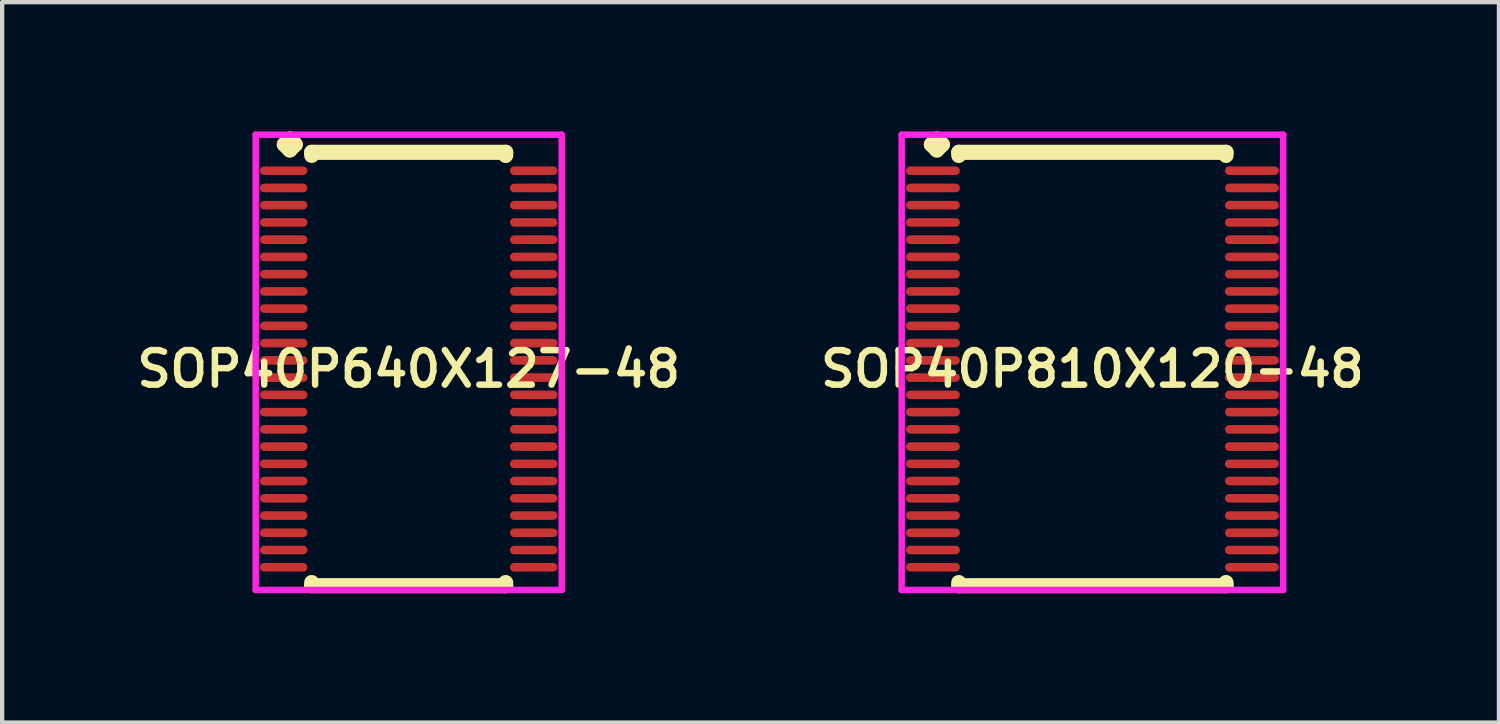
<source format=kicad_pcb>
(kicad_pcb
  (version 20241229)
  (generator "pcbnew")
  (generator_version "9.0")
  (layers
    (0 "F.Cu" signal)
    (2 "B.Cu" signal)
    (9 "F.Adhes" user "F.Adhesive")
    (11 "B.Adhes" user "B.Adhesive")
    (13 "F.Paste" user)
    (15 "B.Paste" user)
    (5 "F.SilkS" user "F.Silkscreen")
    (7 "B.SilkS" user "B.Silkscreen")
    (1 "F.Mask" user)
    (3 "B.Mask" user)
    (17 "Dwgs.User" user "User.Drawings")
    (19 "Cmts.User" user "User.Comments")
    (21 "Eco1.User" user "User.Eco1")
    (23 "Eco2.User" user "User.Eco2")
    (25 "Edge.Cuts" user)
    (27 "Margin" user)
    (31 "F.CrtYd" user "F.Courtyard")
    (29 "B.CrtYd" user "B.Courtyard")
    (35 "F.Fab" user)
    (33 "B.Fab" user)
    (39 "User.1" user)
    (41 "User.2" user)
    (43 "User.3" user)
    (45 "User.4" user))
  (footprint "SOP40P640X127-48"
    (layer "F.Cu")
    (at 6.431 5.51)
    (property "Reference" "SOP40P640X127-48" (at 0 0 0) (layer "F.SilkS") (effects (font (size 0.8 0.8) (thickness 0.15))))
    (attr smd)
    (fp_line (start -2.885 -5.208) (end -2.758 -5.335) (stroke (width 0.35) (type solid)) (layer "F.SilkS"))
    (fp_line (start -2.758 -5.335) (end -2.631 -5.208) (stroke (width 0.35) (type solid)) (layer "F.SilkS"))
    (fp_line (start -2.758 -5.081) (end -2.885 -5.208) (stroke (width 0.35) (type solid)) (layer "F.SilkS"))
    (fp_line (start -2.631 -5.208) (end -2.758 -5.081) (stroke (width 0.35) (type solid)) (layer "F.SilkS"))
    (fp_line (start -2.25 -5.027) (end 2.25 -5.027) (stroke (width 0.35) (type solid)) (layer "F.SilkS"))
    (fp_line (start -2.25 -4.954) (end -2.25 -5.027) (stroke (width 0.35) (type solid)) (layer "F.SilkS"))
    (fp_line (start -2.25 4.954) (end -2.25 5.027) (stroke (width 0.35) (type solid)) (layer "F.SilkS"))
    (fp_line (start -2.25 5.027) (end 2.25 5.027) (stroke (width 0.35) (type solid)) (layer "F.SilkS"))
    (fp_line (start 2.25 -5.027) (end 2.25 -4.954) (stroke (width 0.35) (type solid)) (layer "F.SilkS"))
    (fp_line (start 2.25 5.027) (end 2.25 4.954) (stroke (width 0.35) (type solid)) (layer "F.SilkS"))
    (fp_line (start -3.55 -5.435) (end 3.55 -5.435) (stroke (width 0.15) (type solid)) (layer "F.CrtYd"))
    (fp_line (start -3.55 5.127) (end -3.55 -5.435) (stroke (width 0.15) (type solid)) (layer "F.CrtYd"))
    (fp_line (start 3.55 -5.435) (end 3.55 5.127) (stroke (width 0.15) (type solid)) (layer "F.CrtYd"))
    (fp_line (start 3.55 5.127) (end -3.55 5.127) (stroke (width 0.15) (type solid)) (layer "F.CrtYd"))
    (pad "1" smd oval (at -2.9 -4.6) (size 1.1 0.2) (layers "F.Cu" "F.Mask" "F.Paste"))
    (pad "2" smd oval (at -2.9 -4.2) (size 1.1 0.2) (layers "F.Cu" "F.Mask" "F.Paste"))
    (pad "3" smd oval (at -2.9 -3.8) (size 1.1 0.2) (layers "F.Cu" "F.Mask" "F.Paste"))
    (pad "4" smd oval (at -2.9 -3.4) (size 1.1 0.2) (layers "F.Cu" "F.Mask" "F.Paste"))
    (pad "5" smd oval (at -2.9 -3) (size 1.1 0.2) (layers "F.Cu" "F.Mask" "F.Paste"))
    (pad "6" smd oval (at -2.9 -2.6) (size 1.1 0.2) (layers "F.Cu" "F.Mask" "F.Paste"))
    (pad "7" smd oval (at -2.9 -2.2) (size 1.1 0.2) (layers "F.Cu" "F.Mask" "F.Paste"))
    (pad "8" smd oval (at -2.9 -1.8) (size 1.1 0.2) (layers "F.Cu" "F.Mask" "F.Paste"))
    (pad "9" smd oval (at -2.9 -1.4) (size 1.1 0.2) (layers "F.Cu" "F.Mask" "F.Paste"))
    (pad "10" smd oval (at -2.9 -1) (size 1.1 0.2) (layers "F.Cu" "F.Mask" "F.Paste"))
    (pad "11" smd oval (at -2.9 -0.6) (size 1.1 0.2) (layers "F.Cu" "F.Mask" "F.Paste"))
    (pad "12" smd oval (at -2.9 -0.2) (size 1.1 0.2) (layers "F.Cu" "F.Mask" "F.Paste"))
    (pad "13" smd oval (at -2.9 0.2) (size 1.1 0.2) (layers "F.Cu" "F.Mask" "F.Paste"))
    (pad "14" smd oval (at -2.9 0.6) (size 1.1 0.2) (layers "F.Cu" "F.Mask" "F.Paste"))
    (pad "15" smd oval (at -2.9 1) (size 1.1 0.2) (layers "F.Cu" "F.Mask" "F.Paste"))
    (pad "16" smd oval (at -2.9 1.4) (size 1.1 0.2) (layers "F.Cu" "F.Mask" "F.Paste"))
    (pad "17" smd oval (at -2.9 1.8) (size 1.1 0.2) (layers "F.Cu" "F.Mask" "F.Paste"))
    (pad "18" smd oval (at -2.9 2.2) (size 1.1 0.2) (layers "F.Cu" "F.Mask" "F.Paste"))
    (pad "19" smd oval (at -2.9 2.6) (size 1.1 0.2) (layers "F.Cu" "F.Mask" "F.Paste"))
    (pad "20" smd oval (at -2.9 3) (size 1.1 0.2) (layers "F.Cu" "F.Mask" "F.Paste"))
    (pad "21" smd oval (at -2.9 3.4) (size 1.1 0.2) (layers "F.Cu" "F.Mask" "F.Paste"))
    (pad "22" smd oval (at -2.9 3.8) (size 1.1 0.2) (layers "F.Cu" "F.Mask" "F.Paste"))
    (pad "23" smd oval (at -2.9 4.2) (size 1.1 0.2) (layers "F.Cu" "F.Mask" "F.Paste"))
    (pad "24" smd oval (at -2.9 4.6) (size 1.1 0.2) (layers "F.Cu" "F.Mask" "F.Paste"))
    (pad "25" smd oval (at 2.9 4.6) (size 1.1 0.2) (layers "F.Cu" "F.Mask" "F.Paste"))
    (pad "26" smd oval (at 2.9 4.2) (size 1.1 0.2) (layers "F.Cu" "F.Mask" "F.Paste"))
    (pad "27" smd oval (at 2.9 3.8) (size 1.1 0.2) (layers "F.Cu" "F.Mask" "F.Paste"))
    (pad "28" smd oval (at 2.9 3.4) (size 1.1 0.2) (layers "F.Cu" "F.Mask" "F.Paste"))
    (pad "29" smd oval (at 2.9 3) (size 1.1 0.2) (layers "F.Cu" "F.Mask" "F.Paste"))
    (pad "30" smd oval (at 2.9 2.6) (size 1.1 0.2) (layers "F.Cu" "F.Mask" "F.Paste"))
    (pad "31" smd oval (at 2.9 2.2) (size 1.1 0.2) (layers "F.Cu" "F.Mask" "F.Paste"))
    (pad "32" smd oval (at 2.9 1.8) (size 1.1 0.2) (layers "F.Cu" "F.Mask" "F.Paste"))
    (pad "33" smd oval (at 2.9 1.4) (size 1.1 0.2) (layers "F.Cu" "F.Mask" "F.Paste"))
    (pad "34" smd oval (at 2.9 1) (size 1.1 0.2) (layers "F.Cu" "F.Mask" "F.Paste"))
    (pad "35" smd oval (at 2.9 0.6) (size 1.1 0.2) (layers "F.Cu" "F.Mask" "F.Paste"))
    (pad "36" smd oval (at 2.9 0.2) (size 1.1 0.2) (layers "F.Cu" "F.Mask" "F.Paste"))
    (pad "37" smd oval (at 2.9 -0.2) (size 1.1 0.2) (layers "F.Cu" "F.Mask" "F.Paste"))
    (pad "38" smd oval (at 2.9 -0.6) (size 1.1 0.2) (layers "F.Cu" "F.Mask" "F.Paste"))
    (pad "39" smd oval (at 2.9 -1) (size 1.1 0.2) (layers "F.Cu" "F.Mask" "F.Paste"))
    (pad "40" smd oval (at 2.9 -1.4) (size 1.1 0.2) (layers "F.Cu" "F.Mask" "F.Paste"))
    (pad "41" smd oval (at 2.9 -1.8) (size 1.1 0.2) (layers "F.Cu" "F.Mask" "F.Paste"))
    (pad "42" smd oval (at 2.9 -2.2) (size 1.1 0.2) (layers "F.Cu" "F.Mask" "F.Paste"))
    (pad "43" smd oval (at 2.9 -2.6) (size 1.1 0.2) (layers "F.Cu" "F.Mask" "F.Paste"))
    (pad "44" smd oval (at 2.9 -3) (size 1.1 0.2) (layers "F.Cu" "F.Mask" "F.Paste"))
    (pad "45" smd oval (at 2.9 -3.4) (size 1.1 0.2) (layers "F.Cu" "F.Mask" "F.Paste"))
    (pad "46" smd oval (at 2.9 -3.8) (size 1.1 0.2) (layers "F.Cu" "F.Mask" "F.Paste"))
    (pad "47" smd oval (at 2.9 -4.2) (size 1.1 0.2) (layers "F.Cu" "F.Mask" "F.Paste"))
    (pad "48" smd oval (at 2.9 -4.6) (size 1.1 0.2) (layers "F.Cu" "F.Mask" "F.Paste")))
  (footprint "SOP40P810X120-48"
    (layer "F.Cu")
    (at 22.292 5.51)
    (property "Reference" "SOP40P810X120-48" (at 0 0 0) (layer "F.SilkS") (effects (font (size 0.8 0.8) (thickness 0.15))))
    (attr smd)
    (fp_line (start -3.735 -5.208) (end -3.608 -5.335) (stroke (width 0.35) (type solid)) (layer "F.SilkS"))
    (fp_line (start -3.608 -5.335) (end -3.481 -5.208) (stroke (width 0.35) (type solid)) (layer "F.SilkS"))
    (fp_line (start -3.608 -5.081) (end -3.735 -5.208) (stroke (width 0.35) (type solid)) (layer "F.SilkS"))
    (fp_line (start -3.481 -5.208) (end -3.608 -5.081) (stroke (width 0.35) (type solid)) (layer "F.SilkS"))
    (fp_line (start -3.1 -5.027) (end 3.1 -5.027) (stroke (width 0.35) (type solid)) (layer "F.SilkS"))
    (fp_line (start -3.1 -4.954) (end -3.1 -5.027) (stroke (width 0.35) (type solid)) (layer "F.SilkS"))
    (fp_line (start -3.1 4.954) (end -3.1 5.027) (stroke (width 0.35) (type solid)) (layer "F.SilkS"))
    (fp_line (start -3.1 5.027) (end 3.1 5.027) (stroke (width 0.35) (type solid)) (layer "F.SilkS"))
    (fp_line (start 3.1 -5.027) (end 3.1 -4.954) (stroke (width 0.35) (type solid)) (layer "F.SilkS"))
    (fp_line (start 3.1 5.027) (end 3.1 4.954) (stroke (width 0.35) (type solid)) (layer "F.SilkS"))
    (fp_line (start -4.425 -5.435) (end 4.425 -5.435) (stroke (width 0.15) (type solid)) (layer "F.CrtYd"))
    (fp_line (start -4.425 5.127) (end -4.425 -5.435) (stroke (width 0.15) (type solid)) (layer "F.CrtYd"))
    (fp_line (start 4.425 -5.435) (end 4.425 5.127) (stroke (width 0.15) (type solid)) (layer "F.CrtYd"))
    (fp_line (start 4.425 5.127) (end -4.425 5.127) (stroke (width 0.15) (type solid)) (layer "F.CrtYd"))
    (pad "1" smd oval (at -3.7 -4.6) (size 1.25 0.2) (layers "F.Cu" "F.Mask" "F.Paste"))
    (pad "2" smd oval (at -3.7 -4.2) (size 1.25 0.2) (layers "F.Cu" "F.Mask" "F.Paste"))
    (pad "3" smd oval (at -3.7 -3.8) (size 1.25 0.2) (layers "F.Cu" "F.Mask" "F.Paste"))
    (pad "4" smd oval (at -3.7 -3.4) (size 1.25 0.2) (layers "F.Cu" "F.Mask" "F.Paste"))
    (pad "5" smd oval (at -3.7 -3) (size 1.25 0.2) (layers "F.Cu" "F.Mask" "F.Paste"))
    (pad "6" smd oval (at -3.7 -2.6) (size 1.25 0.2) (layers "F.Cu" "F.Mask" "F.Paste"))
    (pad "7" smd oval (at -3.7 -2.2) (size 1.25 0.2) (layers "F.Cu" "F.Mask" "F.Paste"))
    (pad "8" smd oval (at -3.7 -1.8) (size 1.25 0.2) (layers "F.Cu" "F.Mask" "F.Paste"))
    (pad "9" smd oval (at -3.7 -1.4) (size 1.25 0.2) (layers "F.Cu" "F.Mask" "F.Paste"))
    (pad "10" smd oval (at -3.7 -1) (size 1.25 0.2) (layers "F.Cu" "F.Mask" "F.Paste"))
    (pad "11" smd oval (at -3.7 -0.6) (size 1.25 0.2) (layers "F.Cu" "F.Mask" "F.Paste"))
    (pad "12" smd oval (at -3.7 -0.2) (size 1.25 0.2) (layers "F.Cu" "F.Mask" "F.Paste"))
    (pad "13" smd oval (at -3.7 0.2) (size 1.25 0.2) (layers "F.Cu" "F.Mask" "F.Paste"))
    (pad "14" smd oval (at -3.7 0.6) (size 1.25 0.2) (layers "F.Cu" "F.Mask" "F.Paste"))
    (pad "15" smd oval (at -3.7 1) (size 1.25 0.2) (layers "F.Cu" "F.Mask" "F.Paste"))
    (pad "16" smd oval (at -3.7 1.4) (size 1.25 0.2) (layers "F.Cu" "F.Mask" "F.Paste"))
    (pad "17" smd oval (at -3.7 1.8) (size 1.25 0.2) (layers "F.Cu" "F.Mask" "F.Paste"))
    (pad "18" smd oval (at -3.7 2.2) (size 1.25 0.2) (layers "F.Cu" "F.Mask" "F.Paste"))
    (pad "19" smd oval (at -3.7 2.6) (size 1.25 0.2) (layers "F.Cu" "F.Mask" "F.Paste"))
    (pad "20" smd oval (at -3.7 3) (size 1.25 0.2) (layers "F.Cu" "F.Mask" "F.Paste"))
    (pad "21" smd oval (at -3.7 3.4) (size 1.25 0.2) (layers "F.Cu" "F.Mask" "F.Paste"))
    (pad "22" smd oval (at -3.7 3.8) (size 1.25 0.2) (layers "F.Cu" "F.Mask" "F.Paste"))
    (pad "23" smd oval (at -3.7 4.2) (size 1.25 0.2) (layers "F.Cu" "F.Mask" "F.Paste"))
    (pad "24" smd oval (at -3.7 4.6) (size 1.25 0.2) (layers "F.Cu" "F.Mask" "F.Paste"))
    (pad "25" smd oval (at 3.7 4.6) (size 1.25 0.2) (layers "F.Cu" "F.Mask" "F.Paste"))
    (pad "26" smd oval (at 3.7 4.2) (size 1.25 0.2) (layers "F.Cu" "F.Mask" "F.Paste"))
    (pad "27" smd oval (at 3.7 3.8) (size 1.25 0.2) (layers "F.Cu" "F.Mask" "F.Paste"))
    (pad "28" smd oval (at 3.7 3.4) (size 1.25 0.2) (layers "F.Cu" "F.Mask" "F.Paste"))
    (pad "29" smd oval (at 3.7 3) (size 1.25 0.2) (layers "F.Cu" "F.Mask" "F.Paste"))
    (pad "30" smd oval (at 3.7 2.6) (size 1.25 0.2) (layers "F.Cu" "F.Mask" "F.Paste"))
    (pad "31" smd oval (at 3.7 2.2) (size 1.25 0.2) (layers "F.Cu" "F.Mask" "F.Paste"))
    (pad "32" smd oval (at 3.7 1.8) (size 1.25 0.2) (layers "F.Cu" "F.Mask" "F.Paste"))
    (pad "33" smd oval (at 3.7 1.4) (size 1.25 0.2) (layers "F.Cu" "F.Mask" "F.Paste"))
    (pad "34" smd oval (at 3.7 1) (size 1.25 0.2) (layers "F.Cu" "F.Mask" "F.Paste"))
    (pad "35" smd oval (at 3.7 0.6) (size 1.25 0.2) (layers "F.Cu" "F.Mask" "F.Paste"))
    (pad "36" smd oval (at 3.7 0.2) (size 1.25 0.2) (layers "F.Cu" "F.Mask" "F.Paste"))
    (pad "37" smd oval (at 3.7 -0.2) (size 1.25 0.2) (layers "F.Cu" "F.Mask" "F.Paste"))
    (pad "38" smd oval (at 3.7 -0.6) (size 1.25 0.2) (layers "F.Cu" "F.Mask" "F.Paste"))
    (pad "39" smd oval (at 3.7 -1) (size 1.25 0.2) (layers "F.Cu" "F.Mask" "F.Paste"))
    (pad "40" smd oval (at 3.7 -1.4) (size 1.25 0.2) (layers "F.Cu" "F.Mask" "F.Paste"))
    (pad "41" smd oval (at 3.7 -1.8) (size 1.25 0.2) (layers "F.Cu" "F.Mask" "F.Paste"))
    (pad "42" smd oval (at 3.7 -2.2) (size 1.25 0.2) (layers "F.Cu" "F.Mask" "F.Paste"))
    (pad "43" smd oval (at 3.7 -2.6) (size 1.25 0.2) (layers "F.Cu" "F.Mask" "F.Paste"))
    (pad "44" smd oval (at 3.7 -3) (size 1.25 0.2) (layers "F.Cu" "F.Mask" "F.Paste"))
    (pad "45" smd oval (at 3.7 -3.4) (size 1.25 0.2) (layers "F.Cu" "F.Mask" "F.Paste"))
    (pad "46" smd oval (at 3.7 -3.8) (size 1.25 0.2) (layers "F.Cu" "F.Mask" "F.Paste"))
    (pad "47" smd oval (at 3.7 -4.2) (size 1.25 0.2) (layers "F.Cu" "F.Mask" "F.Paste"))
    (pad "48" smd oval (at 3.7 -4.6) (size 1.25 0.2) (layers "F.Cu" "F.Mask" "F.Paste")))
  (gr_rect
    (start -3 -3)
    (end 31.723 13.712)
    (stroke (width 0.1) (type default))
    (fill no)
    (layer "Edge.Cuts")))
</source>
